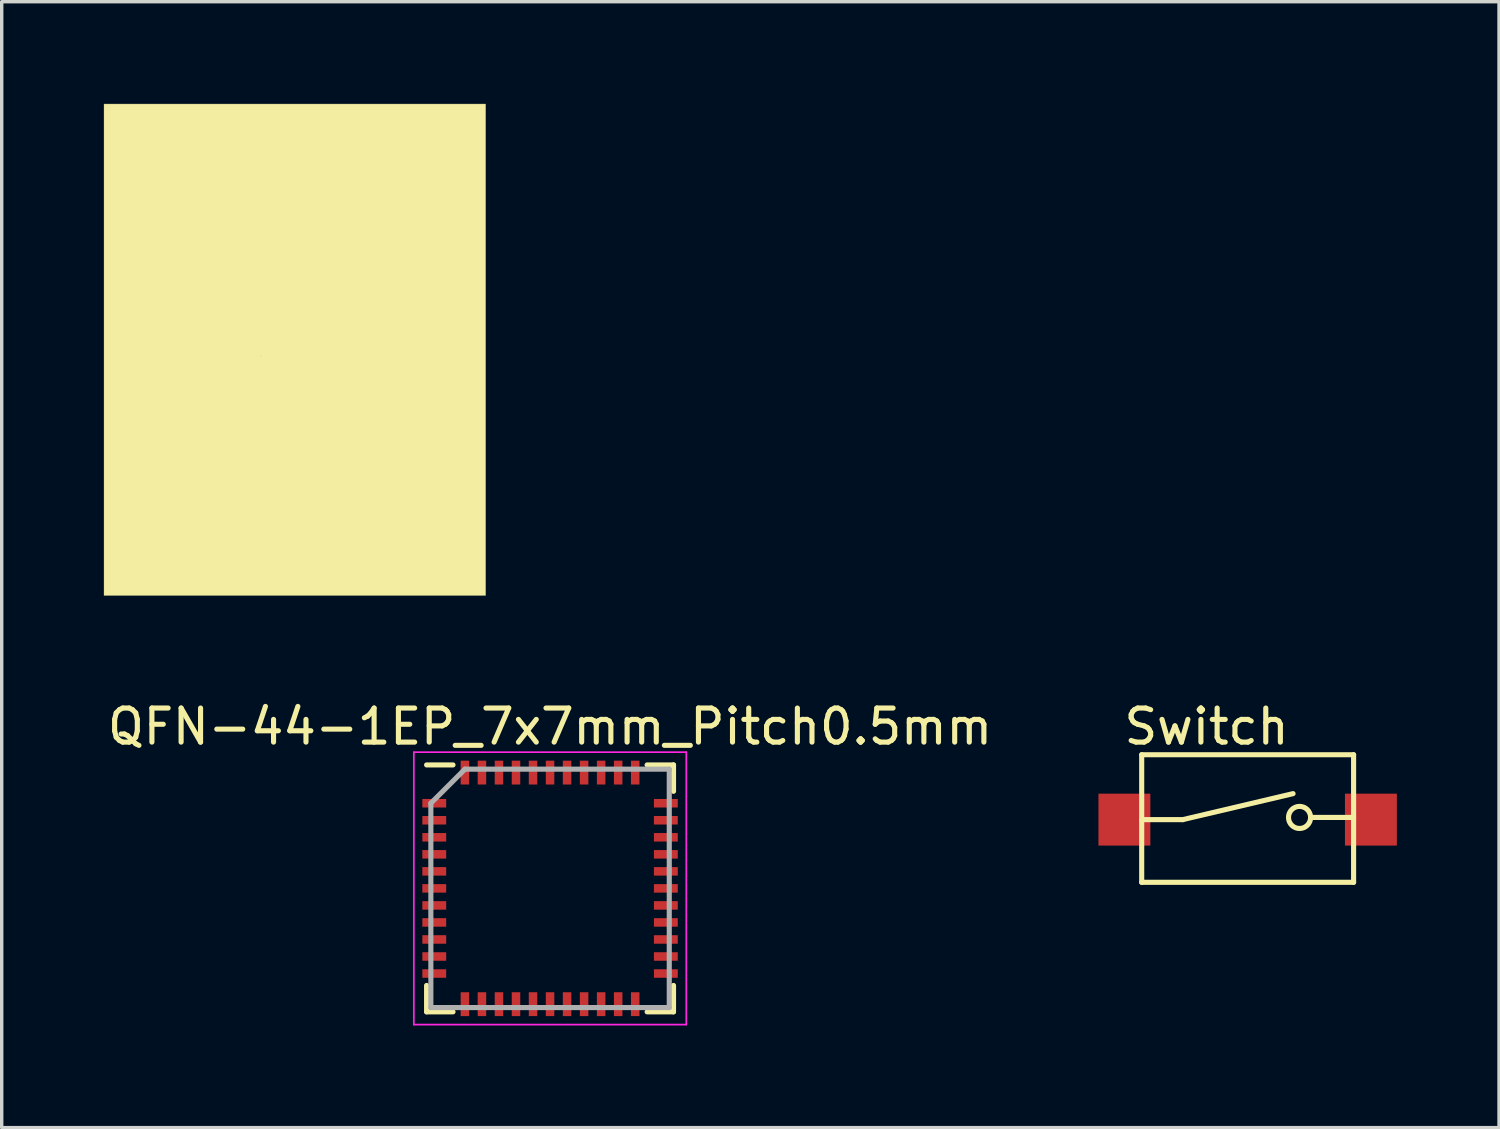
<source format=kicad_pcb>
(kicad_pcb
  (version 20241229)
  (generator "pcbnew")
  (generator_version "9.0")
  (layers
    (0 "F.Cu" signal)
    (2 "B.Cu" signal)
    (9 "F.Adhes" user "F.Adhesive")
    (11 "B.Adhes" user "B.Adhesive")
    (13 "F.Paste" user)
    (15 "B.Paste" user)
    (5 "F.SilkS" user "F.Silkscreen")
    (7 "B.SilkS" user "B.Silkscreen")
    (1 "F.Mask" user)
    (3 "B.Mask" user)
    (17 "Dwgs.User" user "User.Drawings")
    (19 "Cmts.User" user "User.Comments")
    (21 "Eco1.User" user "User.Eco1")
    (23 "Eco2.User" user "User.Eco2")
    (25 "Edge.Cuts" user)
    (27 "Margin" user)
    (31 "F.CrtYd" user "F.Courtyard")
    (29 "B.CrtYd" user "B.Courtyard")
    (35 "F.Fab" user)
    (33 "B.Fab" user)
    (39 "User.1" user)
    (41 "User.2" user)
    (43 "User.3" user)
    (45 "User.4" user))
  (footprint "QFN-44-1EP_7x7mm_Pitch0.5mm"
    (layer "F.Cu")
    (at 13.101 23.035)
    (property "Reference" "QFN-44-1EP_7x7mm_Pitch0.5mm" (at 0 -4.75 0) (layer "F.SilkS") (effects (font (size 1 1) (thickness 0.15))))
    (attr smd)
    (fp_line (start -3.625 -3.625) (end -2.85 -3.625) (stroke (width 0.15) (type solid)) (layer "F.SilkS"))
    (fp_line (start -3.625 3.625) (end -3.625 2.85) (stroke (width 0.15) (type solid)) (layer "F.SilkS"))
    (fp_line (start -3.625 3.625) (end -2.85 3.625) (stroke (width 0.15) (type solid)) (layer "F.SilkS"))
    (fp_line (start 3.625 -3.625) (end 2.85 -3.625) (stroke (width 0.15) (type solid)) (layer "F.SilkS"))
    (fp_line (start 3.625 -3.625) (end 3.625 -2.85) (stroke (width 0.15) (type solid)) (layer "F.SilkS"))
    (fp_line (start 3.625 3.625) (end 2.85 3.625) (stroke (width 0.15) (type solid)) (layer "F.SilkS"))
    (fp_line (start 3.625 3.625) (end 3.625 2.85) (stroke (width 0.15) (type solid)) (layer "F.SilkS"))
    (fp_line (start -4 -4) (end -4 4) (stroke (width 0.05) (type solid)) (layer "F.CrtYd"))
    (fp_line (start -4 -4) (end 4 -4) (stroke (width 0.05) (type solid)) (layer "F.CrtYd"))
    (fp_line (start -4 4) (end 4 4) (stroke (width 0.05) (type solid)) (layer "F.CrtYd"))
    (fp_line (start 4 -4) (end 4 4) (stroke (width 0.05) (type solid)) (layer "F.CrtYd"))
    (fp_line (start -3.5 -2.5) (end -2.5 -3.5) (stroke (width 0.15) (type solid)) (layer "F.Fab"))
    (fp_line (start -3.5 3.5) (end -3.5 -2.5) (stroke (width 0.15) (type solid)) (layer "F.Fab"))
    (fp_line (start -2.5 -3.5) (end 3.5 -3.5) (stroke (width 0.15) (type solid)) (layer "F.Fab"))
    (fp_line (start 3.5 -3.5) (end 3.5 3.5) (stroke (width 0.15) (type solid)) (layer "F.Fab"))
    (fp_line (start 3.5 3.5) (end -3.5 3.5) (stroke (width 0.15) (type solid)) (layer "F.Fab"))
    (pad "1" smd rect (at -3.4 -2.5) (size 0.7 0.25) (layers "F.Cu" "F.Mask" "F.Paste"))
    (pad "2" smd rect (at -3.4 -2) (size 0.7 0.25) (layers "F.Cu" "F.Mask" "F.Paste"))
    (pad "3" smd rect (at -3.4 -1.5) (size 0.7 0.25) (layers "F.Cu" "F.Mask" "F.Paste"))
    (pad "4" smd rect (at -3.4 -1) (size 0.7 0.25) (layers "F.Cu" "F.Mask" "F.Paste"))
    (pad "5" smd rect (at -3.4 -0.5) (size 0.7 0.25) (layers "F.Cu" "F.Mask" "F.Paste"))
    (pad "6" smd rect (at -3.4 0) (size 0.7 0.25) (layers "F.Cu" "F.Mask" "F.Paste"))
    (pad "7" smd rect (at -3.4 0.5) (size 0.7 0.25) (layers "F.Cu" "F.Mask" "F.Paste"))
    (pad "8" smd rect (at -3.4 1) (size 0.7 0.25) (layers "F.Cu" "F.Mask" "F.Paste"))
    (pad "9" smd rect (at -3.4 1.5) (size 0.7 0.25) (layers "F.Cu" "F.Mask" "F.Paste"))
    (pad "10" smd rect (at -3.4 2) (size 0.7 0.25) (layers "F.Cu" "F.Mask" "F.Paste"))
    (pad "11" smd rect (at -3.4 2.5) (size 0.7 0.25) (layers "F.Cu" "F.Mask" "F.Paste"))
    (pad "12" smd rect (at -2.5 3.4 90) (size 0.7 0.25) (layers "F.Cu" "F.Mask" "F.Paste"))
    (pad "13" smd rect (at -2 3.4 90) (size 0.7 0.25) (layers "F.Cu" "F.Mask" "F.Paste"))
    (pad "14" smd rect (at -1.5 3.4 90) (size 0.7 0.25) (layers "F.Cu" "F.Mask" "F.Paste"))
    (pad "15" smd rect (at -1 3.4 90) (size 0.7 0.25) (layers "F.Cu" "F.Mask" "F.Paste"))
    (pad "16" smd rect (at -0.5 3.4 90) (size 0.7 0.25) (layers "F.Cu" "F.Mask" "F.Paste"))
    (pad "17" smd rect (at 0 3.4 90) (size 0.7 0.25) (layers "F.Cu" "F.Mask" "F.Paste"))
    (pad "18" smd rect (at 0.5 3.4 90) (size 0.7 0.25) (layers "F.Cu" "F.Mask" "F.Paste"))
    (pad "19" smd rect (at 1 3.4 90) (size 0.7 0.25) (layers "F.Cu" "F.Mask" "F.Paste"))
    (pad "20" smd rect (at 1.5 3.4 90) (size 0.7 0.25) (layers "F.Cu" "F.Mask" "F.Paste"))
    (pad "21" smd rect (at 2 3.4 90) (size 0.7 0.25) (layers "F.Cu" "F.Mask" "F.Paste"))
    (pad "22" smd rect (at 2.5 3.4 90) (size 0.7 0.25) (layers "F.Cu" "F.Mask" "F.Paste"))
    (pad "23" smd rect (at 3.4 2.5) (size 0.7 0.25) (layers "F.Cu" "F.Mask" "F.Paste"))
    (pad "24" smd rect (at 3.4 2) (size 0.7 0.25) (layers "F.Cu" "F.Mask" "F.Paste"))
    (pad "25" smd rect (at 3.4 1.5) (size 0.7 0.25) (layers "F.Cu" "F.Mask" "F.Paste"))
    (pad "26" smd rect (at 3.4 1) (size 0.7 0.25) (layers "F.Cu" "F.Mask" "F.Paste"))
    (pad "27" smd rect (at 3.4 0.5) (size 0.7 0.25) (layers "F.Cu" "F.Mask" "F.Paste"))
    (pad "28" smd rect (at 3.4 0) (size 0.7 0.25) (layers "F.Cu" "F.Mask" "F.Paste"))
    (pad "29" smd rect (at 3.4 -0.5) (size 0.7 0.25) (layers "F.Cu" "F.Mask" "F.Paste"))
    (pad "30" smd rect (at 3.4 -1) (size 0.7 0.25) (layers "F.Cu" "F.Mask" "F.Paste"))
    (pad "31" smd rect (at 3.4 -1.5) (size 0.7 0.25) (layers "F.Cu" "F.Mask" "F.Paste"))
    (pad "32" smd rect (at 3.4 -2) (size 0.7 0.25) (layers "F.Cu" "F.Mask" "F.Paste"))
    (pad "33" smd rect (at 3.4 -2.5) (size 0.7 0.25) (layers "F.Cu" "F.Mask" "F.Paste"))
    (pad "34" smd rect (at 2.5 -3.4 90) (size 0.7 0.25) (layers "F.Cu" "F.Mask" "F.Paste"))
    (pad "35" smd rect (at 2 -3.4 90) (size 0.7 0.25) (layers "F.Cu" "F.Mask" "F.Paste"))
    (pad "36" smd rect (at 1.5 -3.4 90) (size 0.7 0.25) (layers "F.Cu" "F.Mask" "F.Paste"))
    (pad "37" smd rect (at 1 -3.4 90) (size 0.7 0.25) (layers "F.Cu" "F.Mask" "F.Paste"))
    (pad "38" smd rect (at 0.5 -3.4 90) (size 0.7 0.25) (layers "F.Cu" "F.Mask" "F.Paste"))
    (pad "39" smd rect (at 0 -3.4 90) (size 0.7 0.25) (layers "F.Cu" "F.Mask" "F.Paste"))
    (pad "40" smd rect (at -0.5 -3.4 90) (size 0.7 0.25) (layers "F.Cu" "F.Mask" "F.Paste"))
    (pad "41" smd rect (at -1 -3.4 90) (size 0.7 0.25) (layers "F.Cu" "F.Mask" "F.Paste"))
    (pad "42" smd rect (at -1.5 -3.4 90) (size 0.7 0.25) (layers "F.Cu" "F.Mask" "F.Paste"))
    (pad "43" smd rect (at -2 -3.4 90) (size 0.7 0.25) (layers "F.Cu" "F.Mask" "F.Paste"))
    (pad "44" smd rect (at -2.5 -3.4 90) (size 0.7 0.25) (layers "F.Cu" "F.Mask" "F.Paste")))
  (footprint "Switch"
    (layer "F.Cu")
    (at 33.584 20.952)
    (property "Reference" "Switch" (at -1.206 -2.667 0) (layer "F.SilkS") (effects (font (size 1 1) (thickness 0.15))))
    (attr through_hole)
    (fp_line (start -3.111 -1.841) (end 3.111 -1.841) (stroke (width 0.15) (type solid)) (layer "F.SilkS"))
    (fp_line (start -3.111 0.064) (end -1.905 0.064) (stroke (width 0.15) (type solid)) (layer "F.SilkS"))
    (fp_line (start -3.111 1.905) (end -3.111 -1.841) (stroke (width 0.15) (type solid)) (layer "F.SilkS"))
    (fp_line (start -1.905 0.064) (end 1.333 -0.699) (stroke (width 0.15) (type solid)) (layer "F.SilkS"))
    (fp_line (start 3.111 -1.841) (end 3.111 1.905) (stroke (width 0.15) (type solid)) (layer "F.SilkS"))
    (fp_line (start 3.111 0) (end 1.905 0) (stroke (width 0.15) (type solid)) (layer "F.SilkS"))
    (fp_line (start 3.111 1.905) (end -3.111 1.905) (stroke (width 0.15) (type solid)) (layer "F.SilkS"))
    (fp_circle (center 1.524 0) (end 1.46 -0.318) (stroke (width 0.15) (type solid)) (fill no) (layer "F.SilkS"))
    (pad "1" smd rect (at 3.619 0.064) (size 1.524 1.524) (layers "F.Cu" "F.Mask" "F.Paste"))
    (pad "2" smd rect (at -3.619 0.064) (size 1.524 1.524) (layers "F.Cu" "F.Mask" "F.Paste")))
  (footprint "logo"
    (layer "F.Cu")
    (at 5.606 7.219)
    (property "Reference" "logo" (at 0 0 0) (layer "F.SilkS") (effects (font (size 1.524 1.524) (thickness 0.3))))
    (attr through_hole)
    (fp_poly (pts (xy 5.601 7.214) (xy -5.601 7.214) (xy -5.601 0.182) (xy -1.012 0.182) (xy -1.01 0.19) (xy -1.003 0.191) (xy -0.993 0.186) (xy -0.995 0.182) (xy -1.01 0.181) (xy -1.012 0.182) (xy -5.601 0.182) (xy -5.601 -7.214) (xy 5.601 -7.214) (xy 5.601 7.214)) (stroke (width 0.01) (type solid)) (fill yes) (layer "F.SilkS")))
  (gr_rect
    (start -3 -3)
    (end 40.965 30.06)
    (stroke (width 0.1) (type default))
    (fill no)
    (layer "Edge.Cuts")))
</source>
